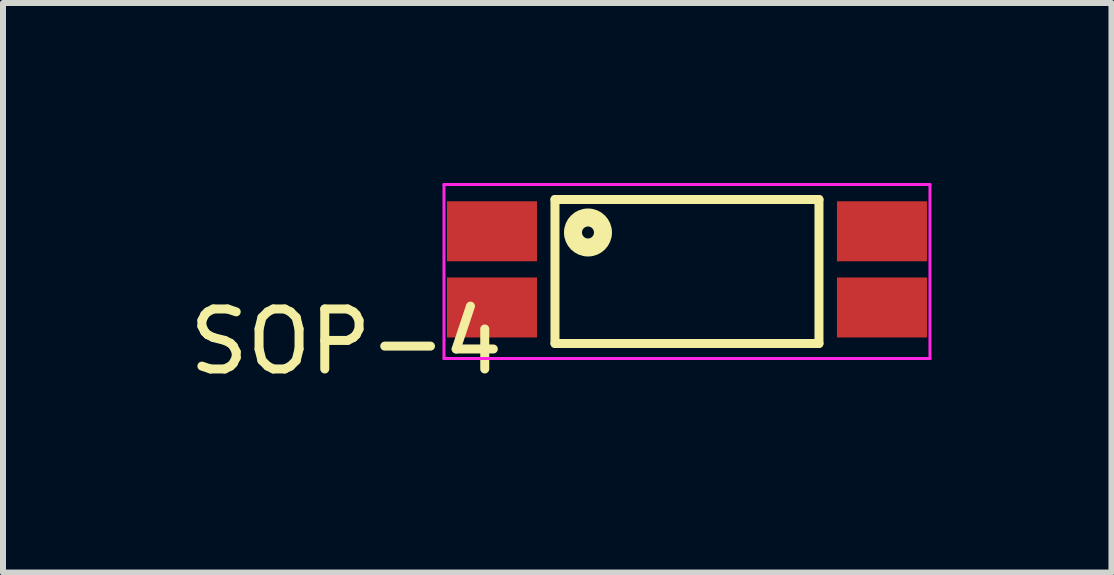
<source format=kicad_pcb>
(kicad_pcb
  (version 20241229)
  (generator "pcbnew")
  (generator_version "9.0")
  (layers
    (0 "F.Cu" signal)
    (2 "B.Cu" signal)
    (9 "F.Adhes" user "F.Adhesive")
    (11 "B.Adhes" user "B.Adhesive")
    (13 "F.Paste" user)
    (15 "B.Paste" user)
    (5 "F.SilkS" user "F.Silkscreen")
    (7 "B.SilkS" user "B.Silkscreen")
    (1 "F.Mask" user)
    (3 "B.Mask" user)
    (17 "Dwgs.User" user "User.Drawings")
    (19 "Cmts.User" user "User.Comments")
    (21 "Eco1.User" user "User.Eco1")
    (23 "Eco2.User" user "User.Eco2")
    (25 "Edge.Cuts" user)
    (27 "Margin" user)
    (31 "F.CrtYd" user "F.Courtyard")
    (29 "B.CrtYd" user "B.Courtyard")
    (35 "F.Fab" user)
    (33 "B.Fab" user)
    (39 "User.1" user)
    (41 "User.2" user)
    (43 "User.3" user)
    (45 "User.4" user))
  (footprint "SOP-4"
    (layer "F.Cu")
    (at 8.4 1.475)
    (property "Reference" "SOP-4" (at -5.68 1.17 0) (layer "F.SilkS") (effects (font (size 1 1) (thickness 0.15))))
    (attr smd)
    (fp_line (start -2.2 -1.2) (end 2.2 -1.2) (stroke (width 0.15) (type solid)) (layer "F.SilkS"))
    (fp_line (start -2.2 1.2) (end -2.2 -1.2) (stroke (width 0.15) (type solid)) (layer "F.SilkS"))
    (fp_line (start 2.2 -1.2) (end 2.2 1.2) (stroke (width 0.15) (type solid)) (layer "F.SilkS"))
    (fp_line (start 2.2 1.2) (end -2.2 1.2) (stroke (width 0.15) (type solid)) (layer "F.SilkS"))
    (fp_circle (center -1.65 -0.65) (end -1.65 -0.4) (stroke (width 0.3) (type solid)) (fill no) (layer "F.SilkS"))
    (fp_line (start -4.05 -1.45) (end -4.05 1.45) (stroke (width 0.05) (type solid)) (layer "F.CrtYd"))
    (fp_line (start -4.05 -1.45) (end 4.05 -1.45) (stroke (width 0.05) (type solid)) (layer "F.CrtYd"))
    (fp_line (start 4.05 -1.45) (end 4.05 1.45) (stroke (width 0.05) (type solid)) (layer "F.CrtYd"))
    (fp_line (start 4.05 1.45) (end -4.05 1.45) (stroke (width 0.05) (type solid)) (layer "F.CrtYd"))
    (pad "1" smd rect (at -3.25 -0.67 270) (size 1 1.5) (layers "F.Cu" "F.Mask" "F.Paste"))
    (pad "3" smd rect (at -3.25 0.6 270) (size 1 1.5) (layers "F.Cu" "F.Mask" "F.Paste"))
    (pad "4" smd rect (at 3.25 0.6 270) (size 1 1.5) (layers "F.Cu" "F.Mask" "F.Paste"))
    (pad "6" smd rect (at 3.25 -0.67 270) (size 1 1.5) (layers "F.Cu" "F.Mask" "F.Paste")))
  (gr_rect
    (start -3 -3)
    (end 15.475 6.493)
    (stroke (width 0.1) (type default))
    (fill no)
    (layer "Edge.Cuts")))
</source>
